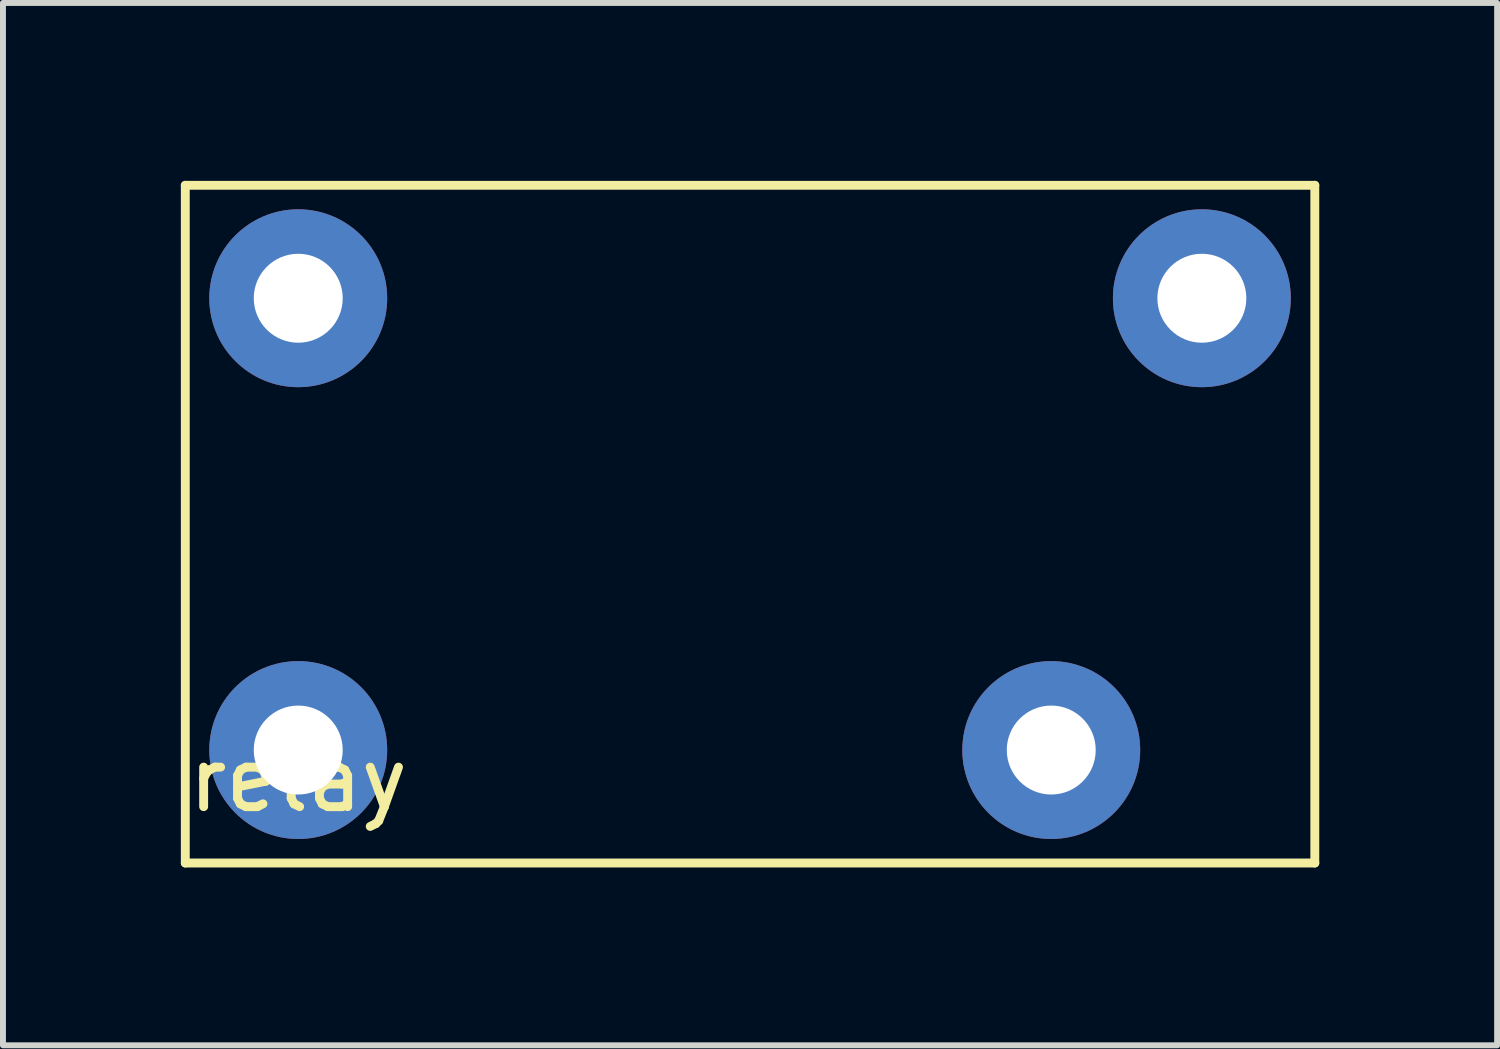
<source format=kicad_pcb>
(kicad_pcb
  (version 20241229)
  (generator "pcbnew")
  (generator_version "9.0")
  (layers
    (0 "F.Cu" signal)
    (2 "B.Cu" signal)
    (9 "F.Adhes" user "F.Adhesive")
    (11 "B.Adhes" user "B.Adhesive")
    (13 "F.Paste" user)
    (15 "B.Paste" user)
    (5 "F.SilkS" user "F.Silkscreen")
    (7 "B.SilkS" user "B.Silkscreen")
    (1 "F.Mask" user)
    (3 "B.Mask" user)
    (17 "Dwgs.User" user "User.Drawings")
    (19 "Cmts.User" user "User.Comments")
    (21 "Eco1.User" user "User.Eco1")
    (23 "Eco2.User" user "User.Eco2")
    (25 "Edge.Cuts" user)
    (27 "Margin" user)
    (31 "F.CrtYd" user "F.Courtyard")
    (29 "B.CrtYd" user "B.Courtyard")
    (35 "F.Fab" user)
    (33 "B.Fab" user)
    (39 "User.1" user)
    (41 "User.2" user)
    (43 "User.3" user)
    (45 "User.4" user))
  (footprint "relay"
    (layer "F.Cu")
    (at 1.98 9.6)
    (property "Reference" "relay" (at 0 0.5 0) (layer "F.SilkS") (effects (font (size 1 1) (thickness 0.15))))
    (attr through_hole)
    (fp_line (start -1.905 -9.525) (end -1.905 1.905) (stroke (width 0.15) (type solid)) (layer "F.SilkS"))
    (fp_line (start -1.905 1.905) (end 17.145 1.905) (stroke (width 0.15) (type solid)) (layer "F.SilkS"))
    (fp_line (start 17.145 -9.525) (end -1.905 -9.525) (stroke (width 0.15) (type solid)) (layer "F.SilkS"))
    (fp_line (start 17.145 1.905) (end 17.145 -9.525) (stroke (width 0.15) (type solid)) (layer "F.SilkS"))
    (pad "11" thru_hole circle (at 15.24 -7.62) (size 3 3) (drill 1.5) (layers "*.Cu" "*.Mask"))
    (pad "14" thru_hole circle (at 12.7 0) (size 3 3) (drill 1.5) (layers "*.Cu" "*.Mask"))
    (pad "A1" thru_hole circle (at 0 -7.62) (size 3 3) (drill 1.5) (layers "*.Cu" "*.Mask"))
    (pad "A2" thru_hole circle (at 0 0) (size 3 3) (drill 1.5) (layers "*.Cu" "*.Mask")))
  (gr_rect
    (start -3 -3)
    (end 22.2 14.58)
    (stroke (width 0.1) (type default))
    (fill no)
    (layer "Edge.Cuts")))
</source>
